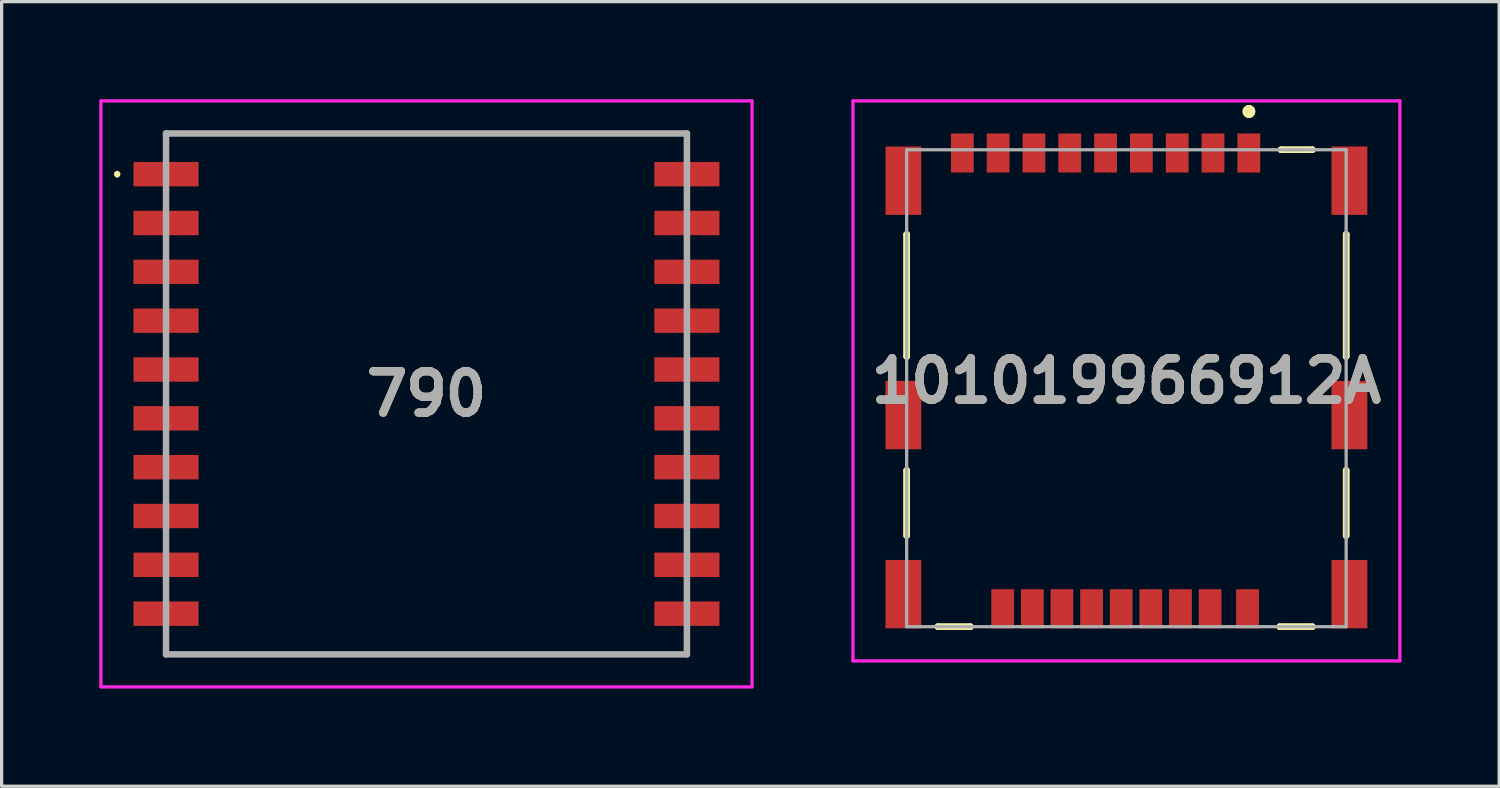
<source format=kicad_pcb>
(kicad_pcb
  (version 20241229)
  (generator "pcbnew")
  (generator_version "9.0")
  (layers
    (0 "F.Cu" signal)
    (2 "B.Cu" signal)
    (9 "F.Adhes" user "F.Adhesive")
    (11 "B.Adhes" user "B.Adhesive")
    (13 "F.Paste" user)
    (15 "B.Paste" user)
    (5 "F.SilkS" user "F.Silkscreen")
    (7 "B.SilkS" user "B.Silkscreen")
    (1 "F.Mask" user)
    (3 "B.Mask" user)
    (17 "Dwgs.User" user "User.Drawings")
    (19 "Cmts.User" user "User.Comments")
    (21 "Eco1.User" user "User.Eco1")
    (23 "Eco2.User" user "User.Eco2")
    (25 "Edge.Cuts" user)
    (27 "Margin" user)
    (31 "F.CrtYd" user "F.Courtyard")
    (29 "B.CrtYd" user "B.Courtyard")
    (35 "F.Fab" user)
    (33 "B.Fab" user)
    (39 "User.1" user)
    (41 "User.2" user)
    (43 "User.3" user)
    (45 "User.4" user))
  (footprint "790"
    (layer "F.Cu")
    (at 10.05 9.05)
    (property "Reference" "790" (at 0 0 0) (layer "F.SilkS") (effects (font (size 1.27 1.27) (thickness 0.254))))
    (attr smd)
    (fp_line (start -9.5 -6.8) (end -9.5 -6.8) (stroke (width 0.1) (type solid)) (layer "F.SilkS"))
    (fp_line (start -9.5 -6.7) (end -9.5 -6.7) (stroke (width 0.1) (type solid)) (layer "F.SilkS"))
    (fp_line (start -8 -8) (end 8 -8) (stroke (width 0.1) (type solid)) (layer "F.SilkS"))
    (fp_line (start -8 8) (end 8 8) (stroke (width 0.1) (type solid)) (layer "F.SilkS"))
    (fp_arc (start -9.5 -6.8) (mid -9.45 -6.75) (end -9.5 -6.7) (stroke (width 0.1) (type solid)) (layer "F.SilkS"))
    (fp_arc (start -9.5 -6.7) (mid -9.55 -6.75) (end -9.5 -6.8) (stroke (width 0.1) (type solid)) (layer "F.SilkS"))
    (fp_line (start -10 -9) (end 10 -9) (stroke (width 0.1) (type solid)) (layer "F.CrtYd"))
    (fp_line (start -10 9) (end -10 -9) (stroke (width 0.1) (type solid)) (layer "F.CrtYd"))
    (fp_line (start 10 -9) (end 10 9) (stroke (width 0.1) (type solid)) (layer "F.CrtYd"))
    (fp_line (start 10 9) (end -10 9) (stroke (width 0.1) (type solid)) (layer "F.CrtYd"))
    (fp_line (start -8 -8) (end 8 -8) (stroke (width 0.2) (type solid)) (layer "F.Fab"))
    (fp_line (start -8 8) (end -8 -8) (stroke (width 0.2) (type solid)) (layer "F.Fab"))
    (fp_line (start 8 -8) (end 8 8) (stroke (width 0.2) (type solid)) (layer "F.Fab"))
    (fp_line (start 8 8) (end -8 8) (stroke (width 0.2) (type solid)) (layer "F.Fab"))
    (fp_text user "${REFERENCE}" (at 0 0 0) (layer "F.Fab") (effects (font (size 1.27 1.27) (thickness 0.254))))
    (pad "1" smd rect (at -8 -6.75 90) (size 0.75 2) (layers "F.Cu" "F.Mask" "F.Paste"))
    (pad "2" smd rect (at -8 -5.25 90) (size 0.75 2) (layers "F.Cu" "F.Mask" "F.Paste"))
    (pad "3" smd rect (at -8 -3.75 90) (size 0.75 2) (layers "F.Cu" "F.Mask" "F.Paste"))
    (pad "4" smd rect (at -8 -2.25 90) (size 0.75 2) (layers "F.Cu" "F.Mask" "F.Paste"))
    (pad "5" smd rect (at -8 -0.75 90) (size 0.75 2) (layers "F.Cu" "F.Mask" "F.Paste"))
    (pad "6" smd rect (at -8 0.75 90) (size 0.75 2) (layers "F.Cu" "F.Mask" "F.Paste"))
    (pad "7" smd rect (at -8 2.25 90) (size 0.75 2) (layers "F.Cu" "F.Mask" "F.Paste"))
    (pad "8" smd rect (at -8 3.75 90) (size 0.75 2) (layers "F.Cu" "F.Mask" "F.Paste"))
    (pad "9" smd rect (at -8 5.25 90) (size 0.75 2) (layers "F.Cu" "F.Mask" "F.Paste"))
    (pad "10" smd rect (at -8 6.75 90) (size 0.75 2) (layers "F.Cu" "F.Mask" "F.Paste"))
    (pad "11" smd rect (at 8 6.75 90) (size 0.75 2) (layers "F.Cu" "F.Mask" "F.Paste"))
    (pad "12" smd rect (at 8 5.25 90) (size 0.75 2) (layers "F.Cu" "F.Mask" "F.Paste"))
    (pad "13" smd rect (at 8 3.75 90) (size 0.75 2) (layers "F.Cu" "F.Mask" "F.Paste"))
    (pad "14" smd rect (at 8 2.25 90) (size 0.75 2) (layers "F.Cu" "F.Mask" "F.Paste"))
    (pad "15" smd rect (at 8 0.75 90) (size 0.75 2) (layers "F.Cu" "F.Mask" "F.Paste"))
    (pad "16" smd rect (at 8 -0.75 90) (size 0.75 2) (layers "F.Cu" "F.Mask" "F.Paste"))
    (pad "17" smd rect (at 8 -2.25 90) (size 0.75 2) (layers "F.Cu" "F.Mask" "F.Paste"))
    (pad "18" smd rect (at 8 -3.75 90) (size 0.75 2) (layers "F.Cu" "F.Mask" "F.Paste"))
    (pad "19" smd rect (at 8 -5.25 90) (size 0.75 2) (layers "F.Cu" "F.Mask" "F.Paste"))
    (pad "20" smd rect (at 8 -6.75 90) (size 0.75 2) (layers "F.Cu" "F.Mask" "F.Paste")))
  (footprint "101019966912A"
    (layer "F.Cu")
    (at 31.55 8.65)
    (property "Reference" "101019966912A" (at 0 0 0) (layer "F.SilkS") (effects (font (size 1.27 1.27) (thickness 0.254))))
    (attr smd)
    (fp_line (start -6.75 -4.5) (end -6.75 -4.5) (stroke (width 0.2) (type solid)) (layer "F.SilkS"))
    (fp_line (start -6.75 -4.5) (end -6.75 -0.75) (stroke (width 0.2) (type solid)) (layer "F.SilkS"))
    (fp_line (start -6.75 -0.75) (end -6.75 -4.5) (stroke (width 0.2) (type solid)) (layer "F.SilkS"))
    (fp_line (start -6.75 -0.75) (end -6.75 -0.75) (stroke (width 0.2) (type solid)) (layer "F.SilkS"))
    (fp_line (start -6.75 2.75) (end -6.75 2.75) (stroke (width 0.2) (type solid)) (layer "F.SilkS"))
    (fp_line (start -6.75 2.75) (end -6.75 4.75) (stroke (width 0.2) (type solid)) (layer "F.SilkS"))
    (fp_line (start -6.75 4.75) (end -6.75 2.75) (stroke (width 0.2) (type solid)) (layer "F.SilkS"))
    (fp_line (start -6.75 4.75) (end -6.75 4.75) (stroke (width 0.2) (type solid)) (layer "F.SilkS"))
    (fp_line (start -5.79 7.55) (end -5.79 7.55) (stroke (width 0.2) (type solid)) (layer "F.SilkS"))
    (fp_line (start -5.79 7.55) (end -4.79 7.55) (stroke (width 0.2) (type solid)) (layer "F.SilkS"))
    (fp_line (start -4.79 7.55) (end -5.79 7.55) (stroke (width 0.2) (type solid)) (layer "F.SilkS"))
    (fp_line (start -4.79 7.55) (end -4.79 7.55) (stroke (width 0.2) (type solid)) (layer "F.SilkS"))
    (fp_line (start 3.76 -8.375) (end 3.76 -8.375) (stroke (width 0.2) (type solid)) (layer "F.SilkS"))
    (fp_line (start 3.76 -8.175) (end 3.76 -8.175) (stroke (width 0.2) (type solid)) (layer "F.SilkS"))
    (fp_line (start 3.76 -8.175) (end 3.76 -8.175) (stroke (width 0.2) (type solid)) (layer "F.SilkS"))
    (fp_line (start 4.71 7.55) (end 4.71 7.55) (stroke (width 0.2) (type solid)) (layer "F.SilkS"))
    (fp_line (start 4.71 7.55) (end 5.71 7.55) (stroke (width 0.2) (type solid)) (layer "F.SilkS"))
    (fp_line (start 4.75 -7.1) (end 4.75 -7.1) (stroke (width 0.2) (type solid)) (layer "F.SilkS"))
    (fp_line (start 4.75 -7.1) (end 5.71 -7.1) (stroke (width 0.2) (type solid)) (layer "F.SilkS"))
    (fp_line (start 5.71 -7.1) (end 4.75 -7.1) (stroke (width 0.2) (type solid)) (layer "F.SilkS"))
    (fp_line (start 5.71 -7.1) (end 5.71 -7.1) (stroke (width 0.2) (type solid)) (layer "F.SilkS"))
    (fp_line (start 5.71 7.55) (end 4.71 7.55) (stroke (width 0.2) (type solid)) (layer "F.SilkS"))
    (fp_line (start 5.71 7.55) (end 5.71 7.55) (stroke (width 0.2) (type solid)) (layer "F.SilkS"))
    (fp_line (start 6.75 -4.5) (end 6.75 -4.5) (stroke (width 0.2) (type solid)) (layer "F.SilkS"))
    (fp_line (start 6.75 -4.5) (end 6.75 -0.75) (stroke (width 0.2) (type solid)) (layer "F.SilkS"))
    (fp_line (start 6.75 -0.75) (end 6.75 -4.5) (stroke (width 0.2) (type solid)) (layer "F.SilkS"))
    (fp_line (start 6.75 -0.75) (end 6.75 -0.75) (stroke (width 0.2) (type solid)) (layer "F.SilkS"))
    (fp_line (start 6.75 2.75) (end 6.75 2.75) (stroke (width 0.2) (type solid)) (layer "F.SilkS"))
    (fp_line (start 6.75 2.75) (end 6.75 4.75) (stroke (width 0.2) (type solid)) (layer "F.SilkS"))
    (fp_line (start 6.75 4.75) (end 6.75 2.75) (stroke (width 0.2) (type solid)) (layer "F.SilkS"))
    (fp_line (start 6.75 4.75) (end 6.75 4.75) (stroke (width 0.2) (type solid)) (layer "F.SilkS"))
    (fp_arc (start 3.76 -8.375) (mid 3.86 -8.275) (end 3.76 -8.175) (stroke (width 0.2) (type solid)) (layer "F.SilkS"))
    (fp_arc (start 3.76 -8.375) (mid 3.86 -8.275) (end 3.76 -8.175) (stroke (width 0.2) (type solid)) (layer "F.SilkS"))
    (fp_arc (start 3.76 -8.175) (mid 3.66 -8.275) (end 3.76 -8.375) (stroke (width 0.2) (type solid)) (layer "F.SilkS"))
    (fp_line (start -8.4 -8.6) (end 8.4 -8.6) (stroke (width 0.1) (type solid)) (layer "F.CrtYd"))
    (fp_line (start -8.4 8.6) (end -8.4 -8.6) (stroke (width 0.1) (type solid)) (layer "F.CrtYd"))
    (fp_line (start 8.4 -8.6) (end 8.4 8.6) (stroke (width 0.1) (type solid)) (layer "F.CrtYd"))
    (fp_line (start 8.4 8.6) (end -8.4 8.6) (stroke (width 0.1) (type solid)) (layer "F.CrtYd"))
    (fp_line (start -6.75 -7.1) (end -6.75 7.55) (stroke (width 0.1) (type solid)) (layer "F.Fab"))
    (fp_line (start -6.75 7.55) (end 6.75 7.55) (stroke (width 0.1) (type solid)) (layer "F.Fab"))
    (fp_line (start 6.75 -7.1) (end -6.75 -7.1) (stroke (width 0.1) (type solid)) (layer "F.Fab"))
    (fp_line (start 6.75 7.55) (end 6.75 -7.1) (stroke (width 0.1) (type solid)) (layer "F.Fab"))
    (fp_text user "${REFERENCE}" (at 0 0 0) (layer "F.Fab") (effects (font (size 1.27 1.27) (thickness 0.254))))
    (pad "1" smd rect (at 3.76 -7) (size 0.7 1.2) (layers "F.Cu" "F.Mask" "F.Paste"))
    (pad "2" smd rect (at 2.66 -7) (size 0.7 1.2) (layers "F.Cu" "F.Mask" "F.Paste"))
    (pad "3" smd rect (at 1.56 -7) (size 0.7 1.2) (layers "F.Cu" "F.Mask" "F.Paste"))
    (pad "4" smd rect (at 0.46 -7) (size 0.7 1.2) (layers "F.Cu" "F.Mask" "F.Paste"))
    (pad "5" smd rect (at -0.64 -7) (size 0.7 1.2) (layers "F.Cu" "F.Mask" "F.Paste"))
    (pad "6" smd rect (at -1.74 -7) (size 0.7 1.2) (layers "F.Cu" "F.Mask" "F.Paste"))
    (pad "7" smd rect (at -2.84 -7) (size 0.7 1.2) (layers "F.Cu" "F.Mask" "F.Paste"))
    (pad "8" smd rect (at -3.94 -7) (size 0.7 1.2) (layers "F.Cu" "F.Mask" "F.Paste"))
    (pad "9" smd rect (at 3.72 7) (size 0.7 1.2) (layers "F.Cu" "F.Mask" "F.Paste"))
    (pad "10" smd rect (at 1.66 7) (size 0.7 1.2) (layers "F.Cu" "F.Mask" "F.Paste"))
    (pad "11" smd rect (at 0.75 7) (size 0.7 1.2) (layers "F.Cu" "F.Mask" "F.Paste"))
    (pad "12" smd rect (at -0.16 7) (size 0.7 1.2) (layers "F.Cu" "F.Mask" "F.Paste"))
    (pad "13" smd rect (at -1.07 7) (size 0.7 1.2) (layers "F.Cu" "F.Mask" "F.Paste"))
    (pad "14" smd rect (at -1.98 7) (size 0.7 1.2) (layers "F.Cu" "F.Mask" "F.Paste"))
    (pad "15" smd rect (at -2.89 7) (size 0.7 1.2) (layers "F.Cu" "F.Mask" "F.Paste"))
    (pad "16" smd rect (at -3.8 7) (size 0.7 1.2) (layers "F.Cu" "F.Mask" "F.Paste"))
    (pad "17" smd rect (at 2.57 7) (size 0.7 1.2) (layers "F.Cu" "F.Mask" "F.Paste"))
    (pad "DP1" smd rect (at -5.04 -7) (size 0.7 1.2) (layers "F.Cu" "F.Mask" "F.Paste"))
    (pad "MP1" smd rect (at 6.85 -6.15) (size 1.1 2.1) (layers "F.Cu" "F.Mask" "F.Paste"))
    (pad "MP2" smd rect (at 6.85 1.05) (size 1.1 2.1) (layers "F.Cu" "F.Mask" "F.Paste"))
    (pad "MP3" smd rect (at -6.85 1.05) (size 1.1 2.1) (layers "F.Cu" "F.Mask" "F.Paste"))
    (pad "MP4" smd rect (at 6.85 6.55) (size 1.1 2.1) (layers "F.Cu" "F.Mask" "F.Paste"))
    (pad "MP5" smd rect (at -6.85 6.55) (size 1.1 2.1) (layers "F.Cu" "F.Mask" "F.Paste"))
    (pad "SP1" smd rect (at -6.85 -6.15) (size 1.1 2.1) (layers "F.Cu" "F.Mask" "F.Paste")))
  (gr_rect
    (start -3 -3)
    (end 43 21.1)
    (stroke (width 0.1) (type default))
    (fill no)
    (layer "Edge.Cuts")))
</source>
